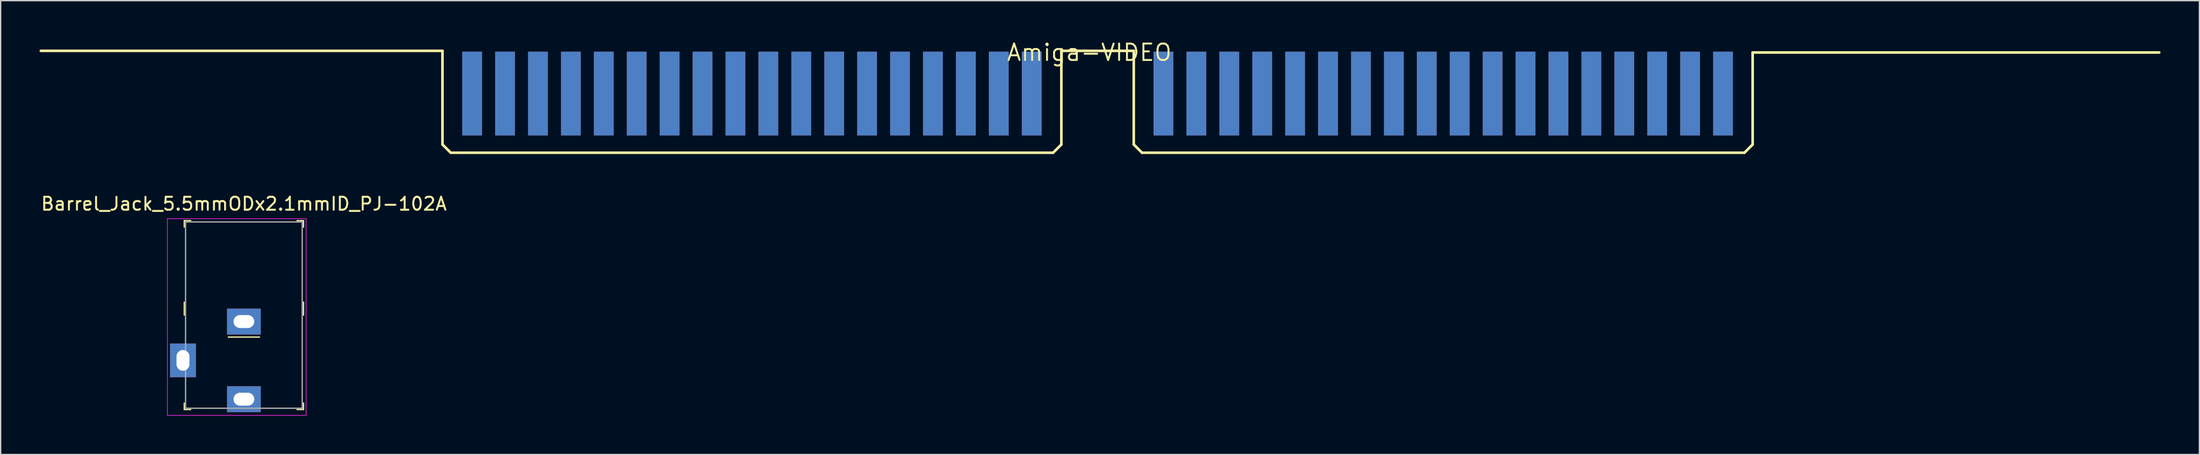
<source format=kicad_pcb>
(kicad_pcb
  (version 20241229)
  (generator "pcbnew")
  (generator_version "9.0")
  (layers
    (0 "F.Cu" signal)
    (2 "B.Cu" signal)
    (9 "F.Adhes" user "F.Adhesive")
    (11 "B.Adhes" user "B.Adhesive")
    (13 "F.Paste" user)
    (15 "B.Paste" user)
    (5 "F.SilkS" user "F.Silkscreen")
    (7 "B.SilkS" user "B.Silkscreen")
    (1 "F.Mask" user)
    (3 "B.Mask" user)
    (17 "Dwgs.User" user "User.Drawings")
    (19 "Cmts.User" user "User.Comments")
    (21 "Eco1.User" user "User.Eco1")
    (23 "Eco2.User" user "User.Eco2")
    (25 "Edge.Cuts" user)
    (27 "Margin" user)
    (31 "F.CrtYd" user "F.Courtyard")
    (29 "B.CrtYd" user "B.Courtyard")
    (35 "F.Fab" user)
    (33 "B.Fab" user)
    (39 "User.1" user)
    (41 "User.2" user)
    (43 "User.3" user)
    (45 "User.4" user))
  (footprint "Barrel_Jack_5.5mmODx2.1mmID_PJ-102A"
    (layer "F.Cu")
    (at 15.768 24.803)
    (property "Reference" "Barrel_Jack_5.5mmODx2.1mmID_PJ-102A" (at 0 -12.1 0) (layer "F.SilkS") (effects (font (size 1 1) (thickness 0.15))))
    (attr through_hole)
    (fp_line (start -4.6 -10.8) (end -4.6 -10.3) (stroke (width 0.1) (type solid)) (layer "F.SilkS"))
    (fp_line (start -4.6 -10.8) (end -4.1 -10.8) (stroke (width 0.1) (type solid)) (layer "F.SilkS"))
    (fp_line (start -4.6 -3.5) (end -4.6 -4.5) (stroke (width 0.1) (type solid)) (layer "F.SilkS"))
    (fp_line (start -4.6 3.8) (end -4.6 3.3) (stroke (width 0.1) (type solid)) (layer "F.SilkS"))
    (fp_line (start -4.6 3.8) (end -4.1 3.8) (stroke (width 0.1) (type solid)) (layer "F.SilkS"))
    (fp_line (start -1.2 -1.8) (end 1.2 -1.8) (stroke (width 0.1) (type solid)) (layer "F.SilkS"))
    (fp_line (start 4.6 -10.8) (end 4.1 -10.8) (stroke (width 0.1) (type solid)) (layer "F.SilkS"))
    (fp_line (start 4.6 -10.8) (end 4.6 -10.3) (stroke (width 0.1) (type solid)) (layer "F.SilkS"))
    (fp_line (start 4.6 -3.5) (end 4.6 -4.5) (stroke (width 0.1) (type solid)) (layer "F.SilkS"))
    (fp_line (start 4.6 3.8) (end 4.1 3.8) (stroke (width 0.1) (type solid)) (layer "F.SilkS"))
    (fp_line (start 4.6 3.8) (end 4.6 3.3) (stroke (width 0.1) (type solid)) (layer "F.SilkS"))
    (fp_line (start -5.9 -10.95) (end -5.9 4.25) (stroke (width 0.05) (type solid)) (layer "F.CrtYd"))
    (fp_line (start -5.9 -10.95) (end 4.8 -10.95) (stroke (width 0.05) (type solid)) (layer "F.CrtYd"))
    (fp_line (start -5.9 4.25) (end 4.8 4.25) (stroke (width 0.05) (type solid)) (layer "F.CrtYd"))
    (fp_line (start 4.8 -10.95) (end 4.8 4.25) (stroke (width 0.05) (type solid)) (layer "F.CrtYd"))
    (fp_line (start -4.5 -10.7) (end 4.5 -10.7) (stroke (width 0.1) (type solid)) (layer "F.Fab"))
    (fp_line (start -4.5 3.7) (end -4.5 -10.7) (stroke (width 0.1) (type solid)) (layer "F.Fab"))
    (fp_line (start -4.5 3.7) (end 4.5 3.7) (stroke (width 0.1) (type solid)) (layer "F.Fab"))
    (fp_line (start 4.5 3.7) (end 4.5 -10.7) (stroke (width 0.1) (type solid)) (layer "F.Fab"))
    (pad "1" thru_hole rect (at 0 3) (size 2.6 2) (drill oval 1.6 1) (layers "*.Cu" "*.Mask"))
    (pad "2" thru_hole rect (at 0 -3) (size 2.6 2) (drill oval 1.6 1) (layers "*.Cu" "*.Mask"))
    (pad "3" thru_hole rect (at -4.7 0) (size 2 2.6) (drill oval 1 1.6) (layers "*.Cu" "*.Mask")))
  (footprint "Amiga-VIDEO"
    (layer "F.Cu")
    (at 81.001 1.006)
    (property "Reference" "Amiga-VIDEO" (at 0 0 0) (layer "F.SilkS") (effects (font (size 1.27 1.27) (thickness 0.15))))
    (attr smd)
    (fp_line (start -49.911 -0.127) (end -80.899 -0.127) (stroke (width 0.203) (type solid)) (layer "F.SilkS"))
    (fp_line (start -49.911 -0.127) (end -49.911 7.112) (stroke (width 0.203) (type solid)) (layer "F.SilkS"))
    (fp_line (start -49.276 7.747) (end -49.911 7.112) (stroke (width 0.203) (type solid)) (layer "F.SilkS"))
    (fp_line (start -2.794 7.747) (end -49.276 7.747) (stroke (width 0.203) (type solid)) (layer "F.SilkS"))
    (fp_line (start -2.159 -0.127) (end -2.159 7.112) (stroke (width 0.203) (type solid)) (layer "F.SilkS"))
    (fp_line (start -2.159 7.112) (end -2.794 7.747) (stroke (width 0.203) (type solid)) (layer "F.SilkS"))
    (fp_line (start 3.429 -0.127) (end -2.159 -0.127) (stroke (width 0.203) (type solid)) (layer "F.SilkS"))
    (fp_line (start 3.429 -0.127) (end 3.429 7.112) (stroke (width 0.203) (type solid)) (layer "F.SilkS"))
    (fp_line (start 4.064 7.747) (end 3.429 7.112) (stroke (width 0.203) (type solid)) (layer "F.SilkS"))
    (fp_line (start 50.546 7.747) (end 4.064 7.747) (stroke (width 0.203) (type solid)) (layer "F.SilkS"))
    (fp_line (start 51.181 0) (end 51.181 7.112) (stroke (width 0.203) (type solid)) (layer "F.SilkS"))
    (fp_line (start 51.181 7.112) (end 50.546 7.747) (stroke (width 0.203) (type solid)) (layer "F.SilkS"))
    (fp_line (start 82.55 0) (end 51.181 0) (stroke (width 0.203) (type solid)) (layer "F.SilkS"))
    (pad "A1" smd rect (at 48.895 3.175) (size 1.524 6.477) (layers "F.Cu" "F.Mask" "F.Paste"))
    (pad "A2" smd rect (at 46.355 3.175) (size 1.524 6.477) (layers "F.Cu" "F.Mask" "F.Paste"))
    (pad "A3" smd rect (at 43.815 3.175) (size 1.524 6.477) (layers "F.Cu" "F.Mask" "F.Paste"))
    (pad "A4" smd rect (at 41.275 3.175) (size 1.524 6.477) (layers "F.Cu" "F.Mask" "F.Paste"))
    (pad "A5" smd rect (at 38.735 3.175) (size 1.524 6.477) (layers "F.Cu" "F.Mask" "F.Paste"))
    (pad "A6" smd rect (at 36.195 3.175) (size 1.524 6.477) (layers "F.Cu" "F.Mask" "F.Paste"))
    (pad "A7" smd rect (at 33.655 3.175) (size 1.524 6.477) (layers "F.Cu" "F.Mask" "F.Paste"))
    (pad "A8" smd rect (at 31.115 3.175) (size 1.524 6.477) (layers "F.Cu" "F.Mask" "F.Paste"))
    (pad "A9" smd rect (at 28.575 3.175) (size 1.524 6.477) (layers "F.Cu" "F.Mask" "F.Paste"))
    (pad "A10" smd rect (at 26.035 3.175) (size 1.524 6.477) (layers "F.Cu" "F.Mask" "F.Paste"))
    (pad "A11" smd rect (at 23.495 3.175) (size 1.524 6.477) (layers "F.Cu" "F.Mask" "F.Paste"))
    (pad "A12" smd rect (at 20.955 3.175) (size 1.524 6.477) (layers "F.Cu" "F.Mask" "F.Paste"))
    (pad "A13" smd rect (at 18.415 3.175) (size 1.524 6.477) (layers "F.Cu" "F.Mask" "F.Paste"))
    (pad "A14" smd rect (at 15.875 3.175) (size 1.524 6.477) (layers "F.Cu" "F.Mask" "F.Paste"))
    (pad "A15" smd rect (at 13.335 3.175) (size 1.524 6.477) (layers "F.Cu" "F.Mask" "F.Paste"))
    (pad "A16" smd rect (at 10.795 3.175) (size 1.524 6.477) (layers "F.Cu" "F.Mask" "F.Paste"))
    (pad "A17" smd rect (at 8.255 3.175) (size 1.524 6.477) (layers "F.Cu" "F.Mask" "F.Paste"))
    (pad "A18" smd rect (at 5.715 3.175) (size 1.524 6.477) (layers "F.Cu" "F.Mask" "F.Paste"))
    (pad "B1" smd rect (at 48.895 3.175) (size 1.524 6.477) (layers "B.Cu" "B.Mask"))
    (pad "B2" smd rect (at 46.355 3.175) (size 1.524 6.477) (layers "B.Cu" "B.Mask"))
    (pad "B3" smd rect (at 43.815 3.175) (size 1.524 6.477) (layers "B.Cu" "B.Mask"))
    (pad "B4" smd rect (at 41.275 3.175) (size 1.524 6.477) (layers "B.Cu" "B.Mask"))
    (pad "B5" smd rect (at 38.735 3.175) (size 1.524 6.477) (layers "B.Cu" "B.Mask"))
    (pad "B6" smd rect (at 36.195 3.175) (size 1.524 6.477) (layers "B.Cu" "B.Mask"))
    (pad "B7" smd rect (at 33.655 3.175) (size 1.524 6.477) (layers "B.Cu" "B.Mask"))
    (pad "B8" smd rect (at 31.115 3.175) (size 1.524 6.477) (layers "B.Cu" "B.Mask"))
    (pad "B9" smd rect (at 28.575 3.175) (size 1.524 6.477) (layers "B.Cu" "B.Mask"))
    (pad "B10" smd rect (at 26.035 3.175) (size 1.524 6.477) (layers "B.Cu" "B.Mask"))
    (pad "B11" smd rect (at 23.495 3.175) (size 1.524 6.477) (layers "B.Cu" "B.Mask"))
    (pad "B12" smd rect (at 20.955 3.175) (size 1.524 6.477) (layers "B.Cu" "B.Mask"))
    (pad "B13" smd rect (at 18.415 3.175) (size 1.524 6.477) (layers "B.Cu" "B.Mask"))
    (pad "B14" smd rect (at 15.875 3.175) (size 1.524 6.477) (layers "B.Cu" "B.Mask"))
    (pad "B15" smd rect (at 13.335 3.175) (size 1.524 6.477) (layers "B.Cu" "B.Mask"))
    (pad "B16" smd rect (at 10.795 3.175) (size 1.524 6.477) (layers "B.Cu" "B.Mask"))
    (pad "B17" smd rect (at 8.255 3.175) (size 1.524 6.477) (layers "B.Cu" "B.Mask"))
    (pad "B18" smd rect (at 5.715 3.175) (size 1.524 6.477) (layers "B.Cu" "B.Mask"))
    (pad "C1" smd rect (at -4.445 3.175) (size 1.524 6.477) (layers "F.Cu" "F.Mask" "F.Paste"))
    (pad "C2" smd rect (at -6.985 3.175) (size 1.524 6.477) (layers "F.Cu" "F.Mask" "F.Paste"))
    (pad "C3" smd rect (at -9.525 3.175) (size 1.524 6.477) (layers "F.Cu" "F.Mask" "F.Paste"))
    (pad "C4" smd rect (at -12.065 3.175) (size 1.524 6.477) (layers "F.Cu" "F.Mask" "F.Paste"))
    (pad "C5" smd rect (at -14.605 3.175) (size 1.524 6.477) (layers "F.Cu" "F.Mask" "F.Paste"))
    (pad "C6" smd rect (at -17.145 3.175) (size 1.524 6.477) (layers "F.Cu" "F.Mask" "F.Paste"))
    (pad "C7" smd rect (at -19.685 3.175) (size 1.524 6.477) (layers "F.Cu" "F.Mask" "F.Paste"))
    (pad "C8" smd rect (at -22.225 3.175) (size 1.524 6.477) (layers "F.Cu" "F.Mask" "F.Paste"))
    (pad "C9" smd rect (at -24.765 3.175) (size 1.524 6.477) (layers "F.Cu" "F.Mask" "F.Paste"))
    (pad "C10" smd rect (at -27.305 3.175) (size 1.524 6.477) (layers "F.Cu" "F.Mask" "F.Paste"))
    (pad "C11" smd rect (at -29.845 3.175) (size 1.524 6.477) (layers "F.Cu" "F.Mask" "F.Paste"))
    (pad "C12" smd rect (at -32.385 3.175) (size 1.524 6.477) (layers "F.Cu" "F.Mask" "F.Paste"))
    (pad "C13" smd rect (at -34.925 3.175) (size 1.524 6.477) (layers "F.Cu" "F.Mask" "F.Paste"))
    (pad "C14" smd rect (at -37.465 3.175) (size 1.524 6.477) (layers "F.Cu" "F.Mask" "F.Paste"))
    (pad "C15" smd rect (at -40.005 3.175) (size 1.524 6.477) (layers "F.Cu" "F.Mask" "F.Paste"))
    (pad "C16" smd rect (at -42.545 3.175) (size 1.524 6.477) (layers "F.Cu" "F.Mask" "F.Paste"))
    (pad "C17" smd rect (at -45.085 3.175) (size 1.524 6.477) (layers "F.Cu" "F.Mask" "F.Paste"))
    (pad "C18" smd rect (at -47.625 3.175) (size 1.524 6.477) (layers "F.Cu" "F.Mask" "F.Paste"))
    (pad "D1" smd rect (at -4.445 3.175) (size 1.524 6.477) (layers "B.Cu" "B.Mask"))
    (pad "D2" smd rect (at -6.985 3.175) (size 1.524 6.477) (layers "B.Cu" "B.Mask"))
    (pad "D3" smd rect (at -9.525 3.175) (size 1.524 6.477) (layers "B.Cu" "B.Mask"))
    (pad "D4" smd rect (at -12.065 3.175) (size 1.524 6.477) (layers "B.Cu" "B.Mask"))
    (pad "D5" smd rect (at -14.605 3.175) (size 1.524 6.477) (layers "B.Cu" "B.Mask"))
    (pad "D6" smd rect (at -17.145 3.175) (size 1.524 6.477) (layers "B.Cu" "B.Mask"))
    (pad "D7" smd rect (at -19.685 3.175) (size 1.524 6.477) (layers "B.Cu" "B.Mask"))
    (pad "D8" smd rect (at -22.225 3.175) (size 1.524 6.477) (layers "B.Cu" "B.Mask"))
    (pad "D9" smd rect (at -24.765 3.175) (size 1.524 6.477) (layers "B.Cu" "B.Mask"))
    (pad "D10" smd rect (at -27.305 3.175) (size 1.524 6.477) (layers "B.Cu" "B.Mask"))
    (pad "D11" smd rect (at -29.845 3.175) (size 1.524 6.477) (layers "B.Cu" "B.Mask"))
    (pad "D12" smd rect (at -32.385 3.175) (size 1.524 6.477) (layers "B.Cu" "B.Mask"))
    (pad "D13" smd rect (at -34.925 3.175) (size 1.524 6.477) (layers "B.Cu" "B.Mask"))
    (pad "D14" smd rect (at -37.465 3.175) (size 1.524 6.477) (layers "B.Cu" "B.Mask"))
    (pad "D15" smd rect (at -40.005 3.175) (size 1.524 6.477) (layers "B.Cu" "B.Mask"))
    (pad "D16" smd rect (at -42.545 3.175) (size 1.524 6.477) (layers "B.Cu" "B.Mask"))
    (pad "D17" smd rect (at -45.085 3.175) (size 1.524 6.477) (layers "B.Cu" "B.Mask"))
    (pad "D18" smd rect (at -47.625 3.175) (size 1.524 6.477) (layers "B.Cu" "B.Mask")))
  (gr_rect
    (start -3 -3)
    (end 166.652 32.078)
    (stroke (width 0.1) (type default))
    (fill no)
    (layer "Edge.Cuts")))
</source>
